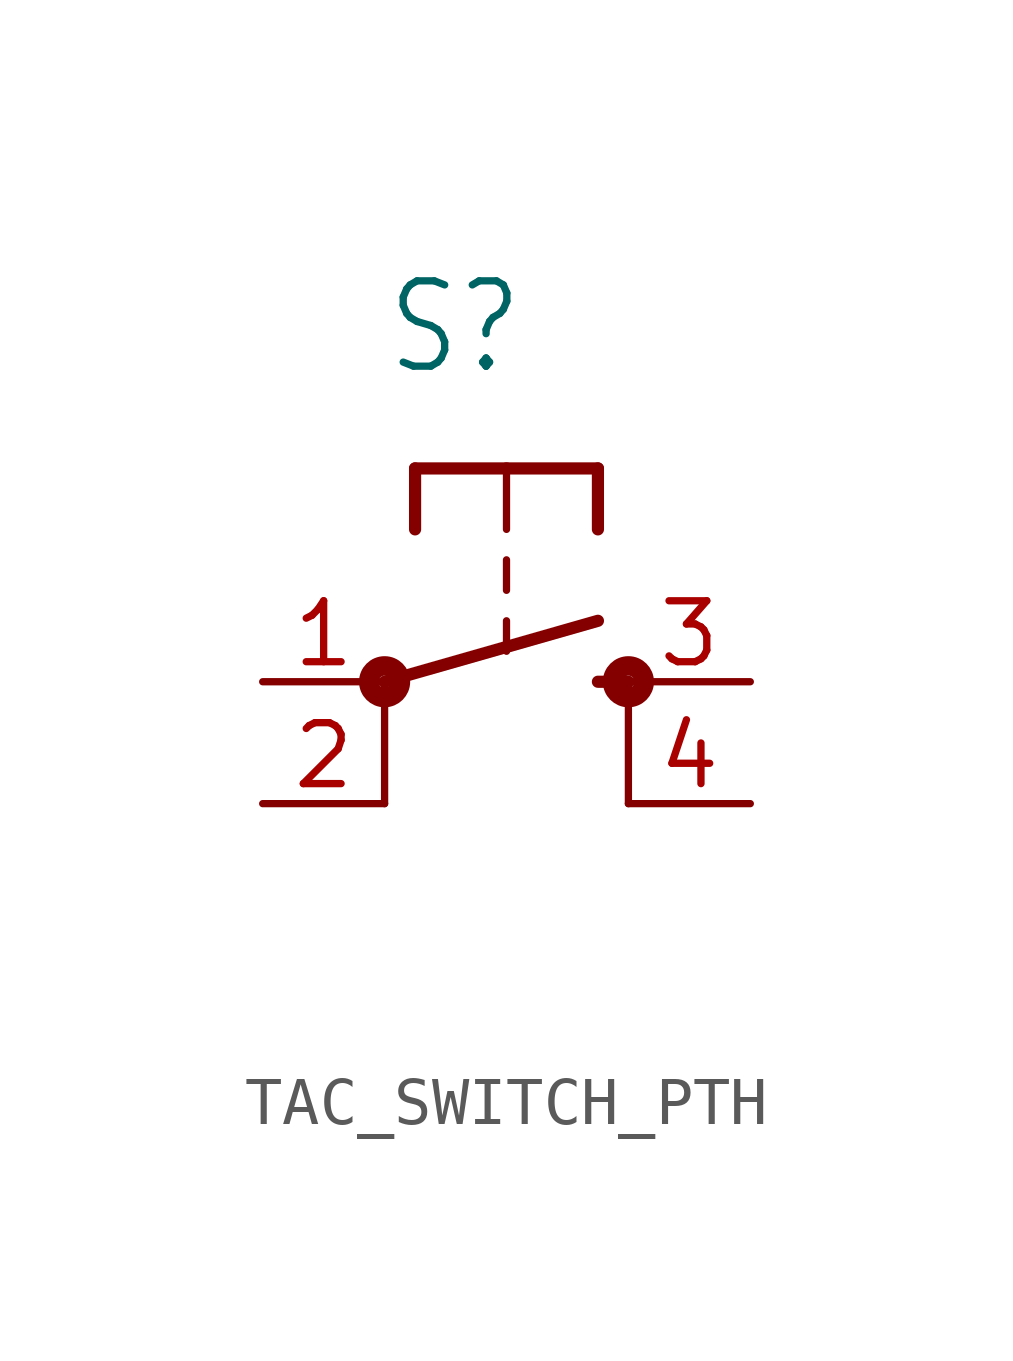
<source format=kicad_sym>
(kicad_symbol_lib
  (version 20231120)
  (generator "kicad_symbol_editor")
  (generator_version "8.0")
  (symbol "TAC_SWITCH_PTH"
    (property "Reference" "S"
      (at -2.54 6.35 0)
      (effects (font (size 1.778 1.511)) (justify left bottom)))
    (property "Value" ""
      (at -2.54 -6.35 0)
      (effects (font (size 1.778 1.511)) (justify left bottom)))
    (property "ki_locked" ""
      (at 0 0 0)
      (effects (font (size 1.27 1.27))))
    (symbol "TAC_SWITCH_PTH_1_0"
      (circle (center -2.54 0) (radius 0.127) (stroke (width 0.406) (type solid)) (fill (type none)))
      (polyline (pts (xy -2.54 -2.54) (xy -2.54 0)) (stroke (width 0.152) (type solid)) (fill (type none)))
      (polyline (pts (xy -2.54 0) (xy 1.905 1.27)) (stroke (width 0.254) (type solid)) (fill (type none)))
      (polyline (pts (xy -1.905 4.445) (xy -1.905 3.175)) (stroke (width 0.254) (type solid)) (fill (type none)))
      (polyline (pts (xy 0 1.27) (xy 0 0.635)) (stroke (width 0.152) (type solid)) (fill (type none)))
      (polyline (pts (xy 0 2.54) (xy 0 1.905)) (stroke (width 0.152) (type solid)) (fill (type none)))
      (polyline (pts (xy 0 4.445) (xy -1.905 4.445)) (stroke (width 0.254) (type solid)) (fill (type none)))
      (polyline (pts (xy 0 4.445) (xy 0 3.175)) (stroke (width 0.152) (type solid)) (fill (type none)))
      (polyline (pts (xy 1.905 0) (xy 2.54 0)) (stroke (width 0.254) (type solid)) (fill (type none)))
      (polyline (pts (xy 1.905 4.445) (xy 0 4.445)) (stroke (width 0.254) (type solid)) (fill (type none)))
      (polyline (pts (xy 1.905 4.445) (xy 1.905 3.175)) (stroke (width 0.254) (type solid)) (fill (type none)))
      (polyline (pts (xy 2.54 -2.54) (xy 2.54 0)) (stroke (width 0.152) (type solid)) (fill (type none)))
      (circle (center 2.54 0) (radius 0.127) (stroke (width 0.406) (type solid)) (fill (type none)))
      (pin passive line (at -5.08 0 0) (length 2.54) (name "1" (effects (font (size 0 0)))) (number "1" (effects (font (size 1.27 1.27)))))
      (pin passive line (at -5.08 -2.54 0) (length 2.54) (name "2" (effects (font (size 0 0)))) (number "2" (effects (font (size 1.27 1.27)))))
      (pin passive line (at 5.08 0 180) (length 2.54) (name "3" (effects (font (size 0 0)))) (number "3" (effects (font (size 1.27 1.27)))))
      (pin passive line (at 5.08 -2.54 180) (length 2.54) (name "4" (effects (font (size 0 0)))) (number "4" (effects (font (size 1.27 1.27))))))))
</source>
